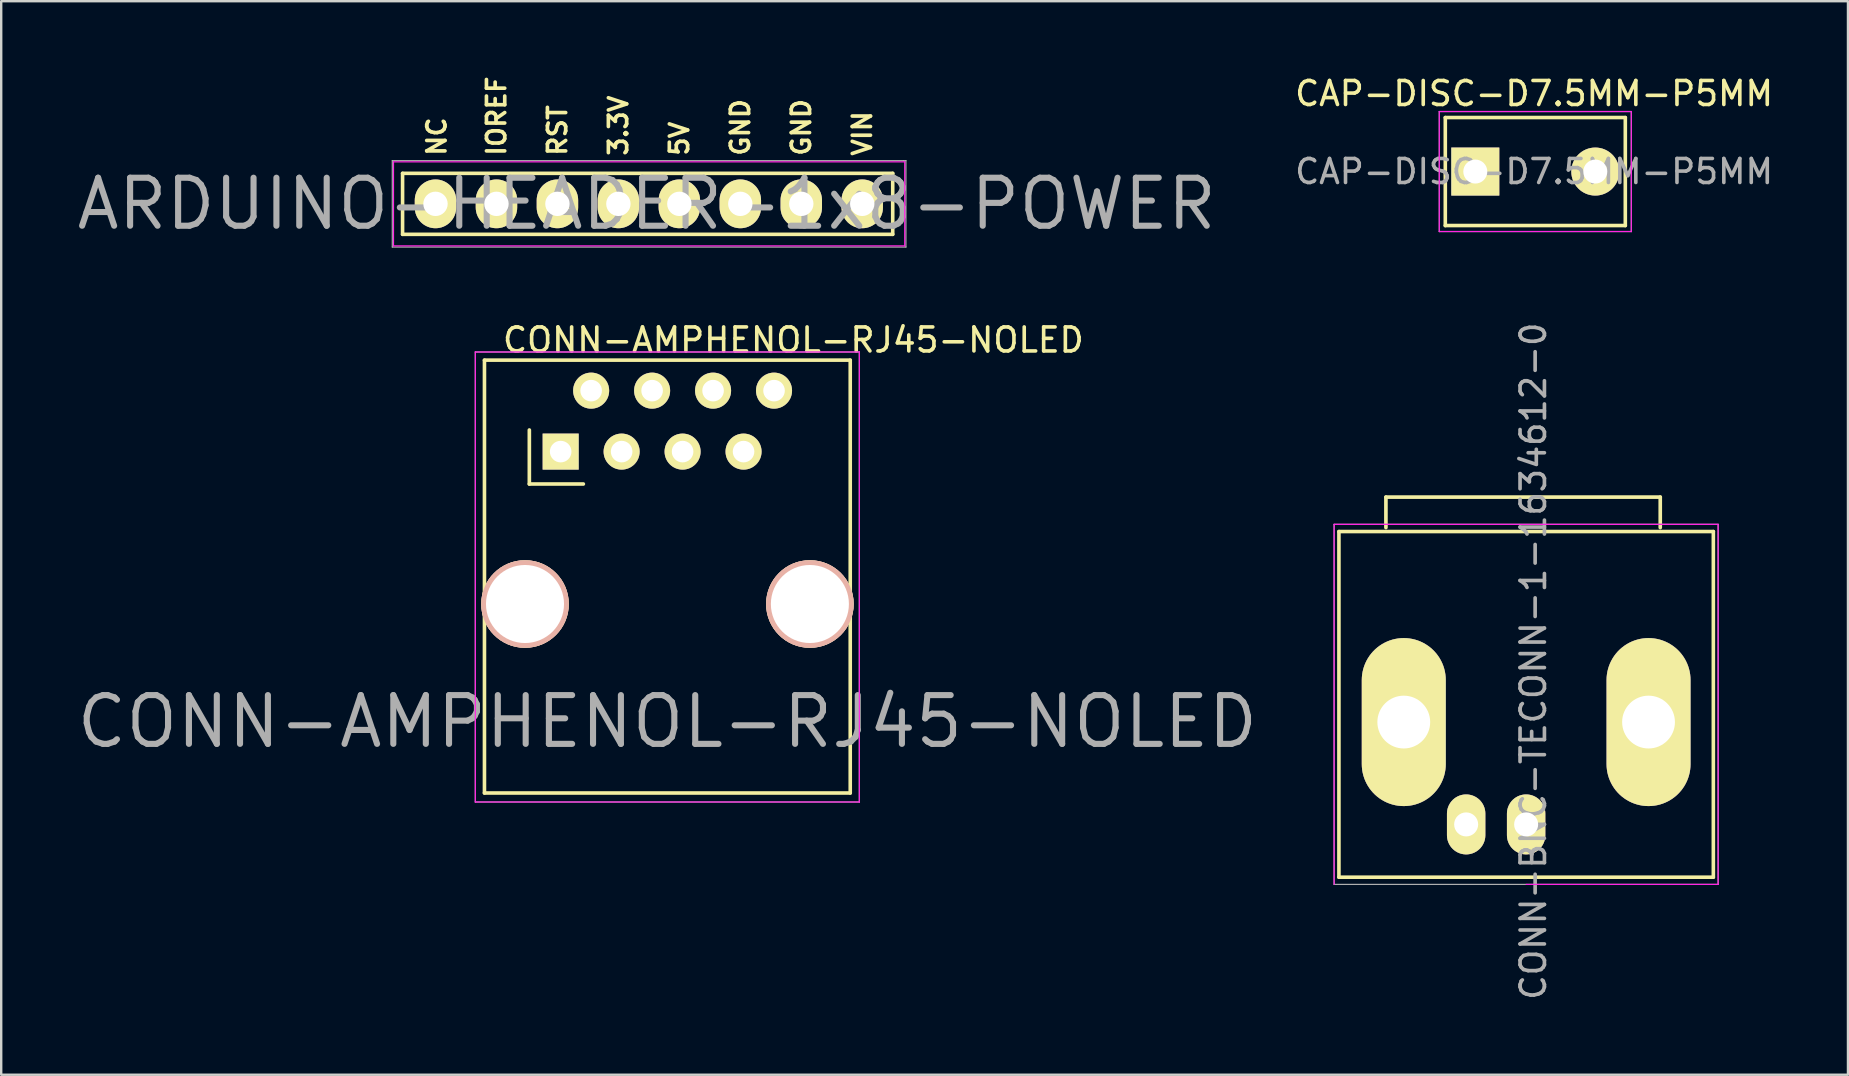
<source format=kicad_pcb>
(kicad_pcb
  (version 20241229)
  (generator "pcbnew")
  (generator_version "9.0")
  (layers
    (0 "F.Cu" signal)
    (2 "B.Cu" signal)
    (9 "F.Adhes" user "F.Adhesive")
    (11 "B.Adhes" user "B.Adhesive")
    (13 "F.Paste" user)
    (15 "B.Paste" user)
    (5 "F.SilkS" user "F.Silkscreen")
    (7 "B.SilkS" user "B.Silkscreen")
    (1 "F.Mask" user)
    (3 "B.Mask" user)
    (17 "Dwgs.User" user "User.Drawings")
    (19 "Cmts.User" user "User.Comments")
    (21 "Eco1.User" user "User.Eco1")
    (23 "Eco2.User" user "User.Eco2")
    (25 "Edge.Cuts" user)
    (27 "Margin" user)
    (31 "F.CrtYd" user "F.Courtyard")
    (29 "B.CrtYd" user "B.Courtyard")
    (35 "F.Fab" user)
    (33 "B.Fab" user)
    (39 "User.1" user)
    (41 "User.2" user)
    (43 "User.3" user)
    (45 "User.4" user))
  (footprint "CONN-BNC-TECONN-1-1634612-0"
    (layer "F.Cu")
    (at 60.536 26.298)
    (property "Reference" "CONN-BNC-TECONN-1-1634612-0" (at 0.3 -1.8 90) (layer "F.Fab") (effects (font (size 1.016 1.016) (thickness 0.152))))
    (attr through_hole)
    (fp_line (start -7.8 -7.201) (end -7.8 7.201) (stroke (width 0.15) (type solid)) (layer "F.SilkS"))
    (fp_line (start -7.8 7.201) (end 7.8 7.201) (stroke (width 0.15) (type solid)) (layer "F.SilkS"))
    (fp_line (start -5.842 -8.636) (end -5.842 -7.366) (stroke (width 0.152) (type solid)) (layer "F.SilkS"))
    (fp_line (start 5.588 -8.636) (end -5.842 -8.636) (stroke (width 0.152) (type solid)) (layer "F.SilkS"))
    (fp_line (start 5.588 -7.366) (end 5.588 -8.636) (stroke (width 0.152) (type solid)) (layer "F.SilkS"))
    (fp_line (start 7.8 -7.201) (end -7.8 -7.201) (stroke (width 0.15) (type solid)) (layer "F.SilkS"))
    (fp_line (start 7.8 7.201) (end 7.8 -7.201) (stroke (width 0.15) (type solid)) (layer "F.SilkS"))
    (fp_line (start -8 -7.5) (end -8 7.5) (stroke (width 0.051) (type solid)) (layer "F.CrtYd"))
    (fp_line (start 0 7.5) (end 8 7.5) (stroke (width 0.051) (type solid)) (layer "F.CrtYd"))
    (fp_line (start 8 -7.5) (end -8 -7.5) (stroke (width 0.051) (type solid)) (layer "F.CrtYd"))
    (fp_line (start 8 7.5) (end 8 -7.5) (stroke (width 0.051) (type solid)) (layer "F.CrtYd"))
    (fp_line (start -8 -7.5) (end 8 -7.5) (stroke (width 0.051) (type solid)) (layer "F.Fab"))
    (fp_line (start -8 7.5) (end -8 -7.5) (stroke (width 0.051) (type solid)) (layer "F.Fab"))
    (fp_line (start 8 -7.5) (end 8 7.5) (stroke (width 0.051) (type solid)) (layer "F.Fab"))
    (fp_line (start 8 7.5) (end -8 7.5) (stroke (width 0.051) (type solid)) (layer "F.Fab"))
    (pad "1" thru_hole oval (at 0 5.001) (size 1.6 2.499) (drill 1.001) (layers "*.Cu" "*.Mask" "F.SilkS"))
    (pad "2" thru_hole oval (at -5.098 0.737) (size 3.5 7) (drill 2.2) (layers "*.Cu" "*.Mask" "F.SilkS"))
    (pad "2" thru_hole oval (at -2.499 5.001) (size 1.6 2.499) (drill 1.001) (layers "*.Cu" "*.Mask" "F.SilkS"))
    (pad "2" thru_hole oval (at 5.1 0.737) (size 3.5 7) (drill 2.2) (layers "*.Cu" "*.Mask" "F.SilkS")))
  (footprint "CONN-AMPHENOL-RJ45-NOLED"
    (layer "F.Cu")
    (at 20.255 15.816)
    (property "Reference" "CONN-AMPHENOL-RJ45-NOLED" (at 4.5 11.2 0) (layer "F.Fab") (effects (font (size 2.032 2.032) (thickness 0.254))))
    (attr through_hole)
    (fp_line (start -3.12 -3.86) (end -3.12 14.174) (stroke (width 0.15) (type solid)) (layer "F.SilkS"))
    (fp_line (start -3.12 14.174) (end 12.12 14.174) (stroke (width 0.15) (type solid)) (layer "F.SilkS"))
    (fp_line (start -1.25 -0.95) (end -1.25 1.3) (stroke (width 0.152) (type solid)) (layer "F.SilkS"))
    (fp_line (start -1.25 1.3) (end 1 1.3) (stroke (width 0.152) (type solid)) (layer "F.SilkS"))
    (fp_line (start 12.12 -3.86) (end -3.12 -3.86) (stroke (width 0.15) (type solid)) (layer "F.SilkS"))
    (fp_line (start 12.12 14.174) (end 12.12 -3.86) (stroke (width 0.15) (type solid)) (layer "F.SilkS"))
    (fp_line (start -3.5 -4.2) (end -3.5 14.55) (stroke (width 0.051) (type solid)) (layer "F.CrtYd"))
    (fp_line (start -3.5 14.55) (end 12.5 14.55) (stroke (width 0.051) (type solid)) (layer "F.CrtYd"))
    (fp_line (start 12.5 -4.2) (end -3.5 -4.2) (stroke (width 0.051) (type solid)) (layer "F.CrtYd"))
    (fp_line (start 12.5 14.55) (end 12.5 -4.2) (stroke (width 0.051) (type solid)) (layer "F.CrtYd"))
    (fp_line (start -3.5 -4.2) (end -3.5 14.55) (stroke (width 0.051) (type solid)) (layer "F.Fab"))
    (fp_line (start -3.5 14.55) (end 12.5 14.55) (stroke (width 0.051) (type solid)) (layer "F.Fab"))
    (fp_line (start 12.5 -4.2) (end -3.5 -4.2) (stroke (width 0.051) (type solid)) (layer "F.Fab"))
    (fp_line (start 12.5 14.55) (end 12.5 -4.2) (stroke (width 0.051) (type solid)) (layer "F.Fab"))
    (fp_text user "${REFERENCE}" (at 9.75 -4.7 0) (layer "F.SilkS") (effects (font (size 1 1) (thickness 0.15))))
    (pad "" np_thru_hole circle (at -1.431 6.3) (size 3.65 3.65) (drill 3.251) (layers "*.Cu" "*.SilkS" "*.Mask"))
    (pad "" np_thru_hole circle (at 10.439 6.3) (size 3.65 3.65) (drill 3.251) (layers "*.Cu" "*.SilkS" "*.Mask"))
    (pad "1" thru_hole rect (at 0.055 -0.05) (size 1.501 1.501) (drill 0.899) (layers "*.Cu" "*.Mask" "F.SilkS"))
    (pad "2" thru_hole circle (at 1.325 -2.59) (size 1.501 1.501) (drill 0.899) (layers "*.Cu" "*.Mask" "F.SilkS"))
    (pad "3" thru_hole circle (at 2.595 -0.05) (size 1.501 1.501) (drill 0.899) (layers "*.Cu" "*.Mask" "F.SilkS"))
    (pad "4" thru_hole circle (at 3.865 -2.59) (size 1.501 1.501) (drill 0.899) (layers "*.Cu" "*.Mask" "F.SilkS"))
    (pad "5" thru_hole circle (at 5.135 -0.05) (size 1.501 1.501) (drill 0.899) (layers "*.Cu" "*.Mask" "F.SilkS"))
    (pad "6" thru_hole circle (at 6.405 -2.59) (size 1.501 1.501) (drill 0.899) (layers "*.Cu" "*.Mask" "F.SilkS"))
    (pad "7" thru_hole circle (at 7.675 -0.05) (size 1.501 1.501) (drill 0.899) (layers "*.Cu" "*.Mask" "F.SilkS"))
    (pad "8" thru_hole circle (at 8.945 -2.59) (size 1.501 1.501) (drill 0.899) (layers "*.Cu" "*.Mask" "F.SilkS")))
  (footprint "ARDUINO-HEADER-1x8-POWER"
    (layer "F.Cu")
    (at 15.095 5.443)
    (property "Reference" "ARDUINO-HEADER-1x8-POWER" (at 8.8 0 0) (layer "F.Fab") (effects (font (size 2 2) (thickness 0.254))))
    (attr through_hole)
    (fp_line (start -1.372 1.27) (end -1.372 -1.27) (stroke (width 0.15) (type solid)) (layer "F.SilkS"))
    (fp_line (start -1.372 1.27) (end 19.05 1.27) (stroke (width 0.15) (type solid)) (layer "F.SilkS"))
    (fp_line (start 19.05 -1.27) (end -1.372 -1.27) (stroke (width 0.15) (type solid)) (layer "F.SilkS"))
    (fp_line (start 19.05 1.27) (end 19.05 -1.27) (stroke (width 0.15) (type solid)) (layer "F.SilkS"))
    (fp_line (start -1.75 -1.75) (end -1.75 1.75) (stroke (width 0.05) (type solid)) (layer "F.CrtYd"))
    (fp_line (start -1.75 -1.75) (end 19.55 -1.75) (stroke (width 0.05) (type solid)) (layer "F.CrtYd"))
    (fp_line (start -1.75 1.75) (end 19.55 1.75) (stroke (width 0.05) (type solid)) (layer "F.CrtYd"))
    (fp_line (start 19.55 -1.75) (end 19.55 1.75) (stroke (width 0.05) (type solid)) (layer "F.CrtYd"))
    (fp_line (start -1.8 -1.8) (end -1.8 1.8) (stroke (width 0.05) (type solid)) (layer "F.Fab"))
    (fp_line (start -1.8 1.8) (end 19.6 1.8) (stroke (width 0.05) (type solid)) (layer "F.Fab"))
    (fp_line (start 19.5 -1.8) (end -1.8 -1.8) (stroke (width 0.05) (type solid)) (layer "F.Fab"))
    (fp_line (start 19.6 -1.8) (end 19.5 -1.8) (stroke (width 0.05) (type solid)) (layer "F.Fab"))
    (fp_line (start 19.6 1.8) (end 19.6 -1.8) (stroke (width 0.05) (type solid)) (layer "F.Fab"))
    (fp_text user "VIN" (at 17.78 -2.932 90) (layer "F.SilkS") (effects (font (size 0.762 0.762) (thickness 0.152))))
    (fp_text user "GND" (at 15.24 -3.186 90) (layer "F.SilkS") (effects (font (size 0.762 0.762) (thickness 0.152))))
    (fp_text user "5V" (at 10.16 -2.714 90) (layer "F.SilkS") (effects (font (size 0.762 0.762) (thickness 0.152))))
    (fp_text user "RST" (at 5.08 -3.059 90) (layer "F.SilkS") (effects (font (size 0.762 0.762) (thickness 0.152))))
    (fp_text user "NC" (at 0.051 -2.805 90) (layer "F.SilkS") (effects (font (size 0.762 0.762) (thickness 0.152))))
    (fp_text user "3.3V" (at 7.62 -3.258 90) (layer "F.SilkS") (effects (font (size 0.762 0.762) (thickness 0.152))))
    (fp_text user "IOREF" (at 2.54 -3.658 90) (layer "F.SilkS") (effects (font (size 0.762 0.762) (thickness 0.152))))
    (fp_text user "GND" (at 12.7 -3.186 90) (layer "F.SilkS") (effects (font (size 0.762 0.762) (thickness 0.152))))
    (pad "3V3" thru_hole oval (at 7.62 0) (size 1.727 2.032) (drill 1.016) (layers "*.Cu" "*.Mask" "F.SilkS"))
    (pad "5V" thru_hole oval (at 10.16 0) (size 1.727 2.032) (drill 1.016) (layers "*.Cu" "*.Mask" "F.SilkS"))
    (pad "GND1" thru_hole oval (at 12.7 0) (size 1.727 2.032) (drill 1.016) (layers "*.Cu" "*.Mask" "F.SilkS"))
    (pad "GND2" thru_hole oval (at 15.24 0) (size 1.727 2.032) (drill 1.016) (layers "*.Cu" "*.Mask" "F.SilkS"))
    (pad "IO" thru_hole oval (at 2.54 0) (size 1.727 2.032) (drill 1.016) (layers "*.Cu" "*.Mask" "F.SilkS"))
    (pad "NC" thru_hole oval (at 0 0) (size 1.727 2.032) (drill 1.016) (layers "*.Cu" "*.Mask" "F.SilkS"))
    (pad "RST" thru_hole oval (at 5.08 0) (size 1.727 2.032) (drill 1.016) (layers "*.Cu" "*.Mask" "F.SilkS"))
    (pad "VIN" thru_hole oval (at 17.78 0) (size 1.727 2.032) (drill 1.016) (layers "*.Cu" "*.Mask" "F.SilkS")))
  (footprint "CAP-DISC-D7.5MM-P5MM"
    (layer "F.Cu")
    (at 58.418 4.098)
    (property "Reference" "CAP-DISC-D7.5MM-P5MM" (at 2.45 0 0) (layer "F.Fab") (effects (font (size 1 1) (thickness 0.15))))
    (attr through_hole)
    (fp_line (start -1.25 -2.25) (end 6.25 -2.25) (stroke (width 0.15) (type solid)) (layer "F.SilkS"))
    (fp_line (start -1.25 2.25) (end -1.25 -2.25) (stroke (width 0.15) (type solid)) (layer "F.SilkS"))
    (fp_line (start 6.25 -2.25) (end 6.25 2.25) (stroke (width 0.15) (type solid)) (layer "F.SilkS"))
    (fp_line (start 6.25 2.25) (end -1.25 2.25) (stroke (width 0.15) (type solid)) (layer "F.SilkS"))
    (fp_line (start -1.5 -2.5) (end 6.5 -2.5) (stroke (width 0.05) (type solid)) (layer "F.CrtYd"))
    (fp_line (start -1.5 2.5) (end -1.5 -2.5) (stroke (width 0.05) (type solid)) (layer "F.CrtYd"))
    (fp_line (start 6.5 -2.5) (end 6.5 2.5) (stroke (width 0.05) (type solid)) (layer "F.CrtYd"))
    (fp_line (start 6.5 2.5) (end -1.5 2.5) (stroke (width 0.05) (type solid)) (layer "F.CrtYd"))
    (fp_line (start -1.5 -2.5) (end 6.5 -2.5) (stroke (width 0.05) (type solid)) (layer "F.Fab"))
    (fp_line (start -1.5 2.5) (end -1.5 -2.5) (stroke (width 0.05) (type solid)) (layer "F.Fab"))
    (fp_line (start 6.5 -2.5) (end 6.5 2.5) (stroke (width 0.05) (type solid)) (layer "F.Fab"))
    (fp_line (start 6.5 2.5) (end -1.5 2.5) (stroke (width 0.05) (type solid)) (layer "F.Fab"))
    (fp_text user "${REFERENCE}" (at 2.45 -3.25 0) (layer "F.SilkS") (effects (font (size 1 1) (thickness 0.15))))
    (pad "1" thru_hole rect (at 0 0) (size 2 2) (drill 1) (layers "*.Cu" "*.Mask" "F.SilkS"))
    (pad "2" thru_hole circle (at 5 0) (size 2 2) (drill 1) (layers "*.Cu" "*.Mask" "F.SilkS")))
  (gr_rect
    (start -3 -3)
    (end 73.945 41.728)
    (stroke (width 0.1) (type default))
    (fill no)
    (layer "Edge.Cuts")))
</source>
